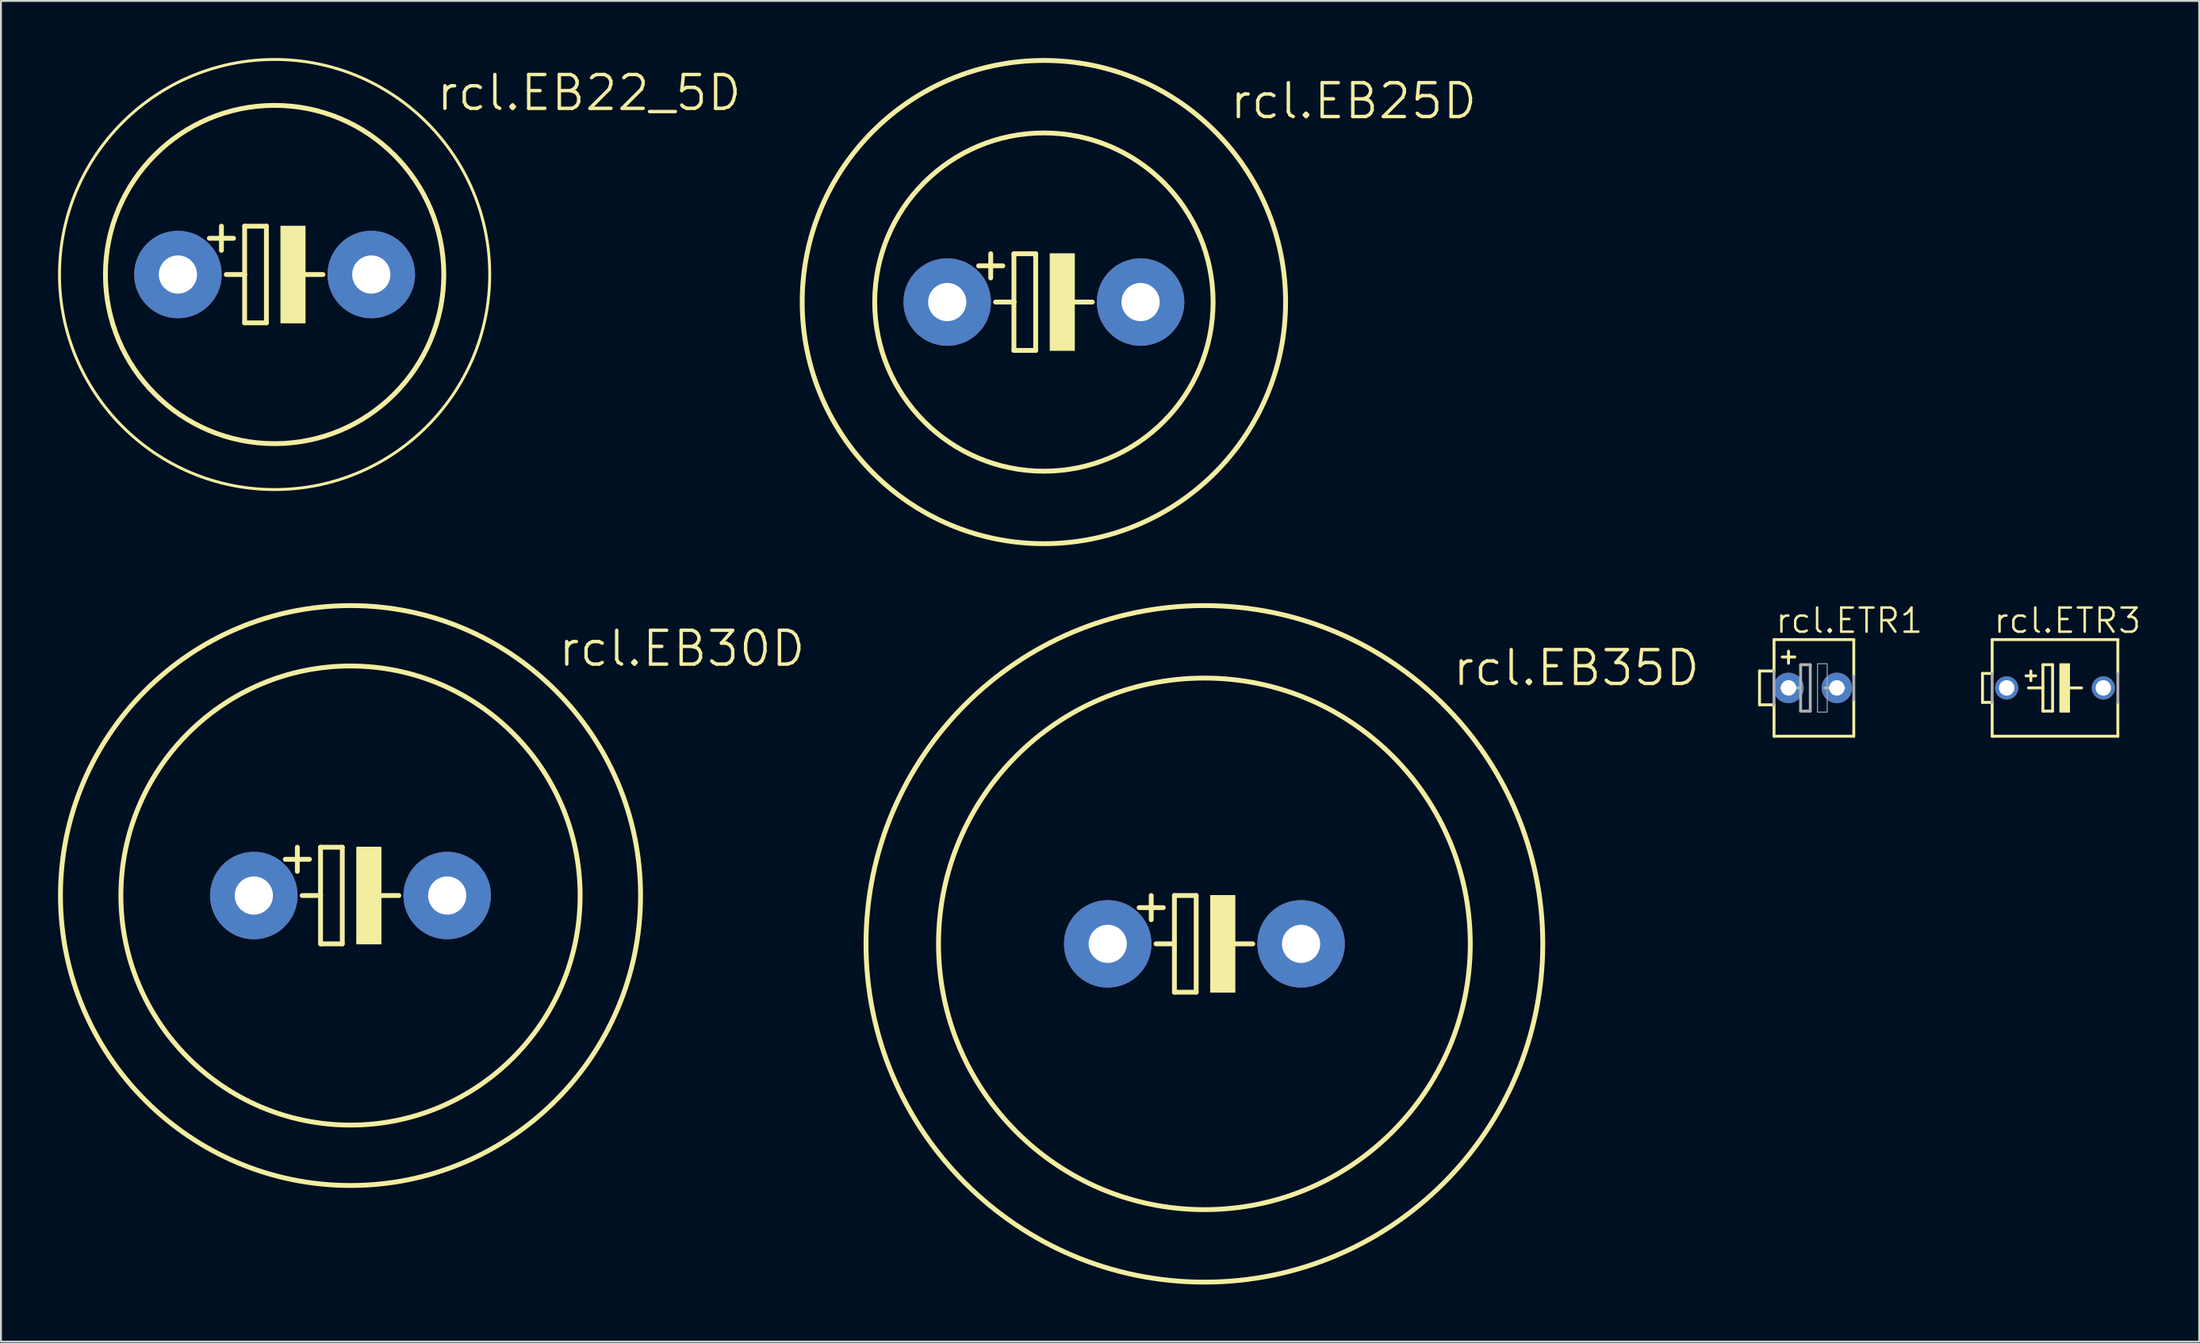
<source format=kicad_pcb>
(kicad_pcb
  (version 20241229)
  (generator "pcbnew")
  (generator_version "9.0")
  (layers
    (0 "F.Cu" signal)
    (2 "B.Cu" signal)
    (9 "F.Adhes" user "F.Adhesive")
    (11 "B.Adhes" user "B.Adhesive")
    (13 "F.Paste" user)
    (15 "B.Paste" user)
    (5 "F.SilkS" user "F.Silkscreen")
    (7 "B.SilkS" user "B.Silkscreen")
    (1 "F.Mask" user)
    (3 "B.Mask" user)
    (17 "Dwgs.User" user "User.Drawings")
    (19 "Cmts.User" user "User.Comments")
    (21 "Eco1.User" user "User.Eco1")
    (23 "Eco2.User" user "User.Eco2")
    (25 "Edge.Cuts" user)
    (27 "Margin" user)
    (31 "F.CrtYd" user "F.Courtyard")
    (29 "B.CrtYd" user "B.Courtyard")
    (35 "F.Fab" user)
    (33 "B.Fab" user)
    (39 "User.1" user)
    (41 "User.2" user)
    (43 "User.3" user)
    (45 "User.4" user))
  (footprint "rcl.EB30D"
    (layer "F.Cu")
    (at 15.367 44.021)
    (property "Reference" "rcl.EB30D" (at 10.82 -11.938 0) (layer "F.SilkS") (effects (font (size 1.778 1.778) (thickness 0.18)) (justify left bottom)))
    (attr through_hole)
    (fp_line (start -2.794 -2.54) (end -2.794 -1.27) (stroke (width 0.254) (type default)) (layer "F.SilkS"))
    (fp_line (start -2.54 0) (end -1.575 0) (stroke (width 0.254) (type default)) (layer "F.SilkS"))
    (fp_line (start -2.159 -1.905) (end -3.429 -1.905) (stroke (width 0.254) (type default)) (layer "F.SilkS"))
    (fp_line (start -1.575 -2.54) (end -0.432 -2.54) (stroke (width 0.254) (type default)) (layer "F.SilkS"))
    (fp_line (start -1.575 0) (end -1.575 -2.54) (stroke (width 0.254) (type default)) (layer "F.SilkS"))
    (fp_line (start -1.575 2.54) (end -1.575 0) (stroke (width 0.254) (type default)) (layer "F.SilkS"))
    (fp_line (start -0.432 -2.54) (end -0.432 2.54) (stroke (width 0.254) (type default)) (layer "F.SilkS"))
    (fp_line (start -0.432 2.54) (end -1.575 2.54) (stroke (width 0.254) (type default)) (layer "F.SilkS"))
    (fp_line (start 0.635 0) (end 2.54 0) (stroke (width 0.254) (type default)) (layer "F.SilkS"))
    (fp_rect (start 0.33 2.54) (end 1.6 -2.54) (stroke (width 0.05) (type default)) (fill yes) (layer "F.SilkS"))
    (fp_circle (center 0 0) (end 12.065 0) (stroke (width 0.254) (type default)) (fill no) (layer "F.SilkS"))
    (fp_circle (center 0 0) (end 15.24 0) (stroke (width 0.254) (type default)) (fill no) (layer "F.SilkS"))
    (pad "+" thru_hole circle (at -5.08 0) (size 4.597 4.597) (drill 2.007) (layers "*.Cu" "*.Mask"))
    (pad "-" thru_hole circle (at 5.08 0) (size 4.597 4.597) (drill 2.007) (layers "*.Cu" "*.Mask")))
  (footprint "rcl.EB22_5D"
    (layer "F.Cu")
    (at 11.379 11.379)
    (property "Reference" "rcl.EB22_5D" (at 8.407 -8.509 0) (layer "F.SilkS") (effects (font (size 1.778 1.778) (thickness 0.18)) (justify left bottom)))
    (attr through_hole)
    (fp_line (start -2.794 -2.54) (end -2.794 -1.27) (stroke (width 0.254) (type default)) (layer "F.SilkS"))
    (fp_line (start -2.54 0) (end -1.575 0) (stroke (width 0.254) (type default)) (layer "F.SilkS"))
    (fp_line (start -2.159 -1.905) (end -3.429 -1.905) (stroke (width 0.254) (type default)) (layer "F.SilkS"))
    (fp_line (start -1.575 -2.54) (end -0.432 -2.54) (stroke (width 0.254) (type default)) (layer "F.SilkS"))
    (fp_line (start -1.575 0) (end -1.575 -2.54) (stroke (width 0.254) (type default)) (layer "F.SilkS"))
    (fp_line (start -1.575 2.54) (end -1.575 0) (stroke (width 0.254) (type default)) (layer "F.SilkS"))
    (fp_line (start -0.432 -2.54) (end -0.432 2.54) (stroke (width 0.254) (type default)) (layer "F.SilkS"))
    (fp_line (start -0.432 2.54) (end -1.575 2.54) (stroke (width 0.254) (type default)) (layer "F.SilkS"))
    (fp_line (start 0.635 0) (end 2.54 0) (stroke (width 0.254) (type default)) (layer "F.SilkS"))
    (fp_rect (start 0.33 2.54) (end 1.6 -2.54) (stroke (width 0.05) (type default)) (fill yes) (layer "F.SilkS"))
    (fp_circle (center 0 0) (end 8.89 0) (stroke (width 0.254) (type default)) (fill no) (layer "F.SilkS"))
    (fp_circle (center 0 0) (end 11.303 0) (stroke (width 0.152) (type default)) (fill no) (layer "F.SilkS"))
    (pad "+" thru_hole circle (at -5.08 0) (size 4.597 4.597) (drill 2.007) (layers "*.Cu" "*.Mask"))
    (pad "-" thru_hole circle (at 5.08 0) (size 4.597 4.597) (drill 2.007) (layers "*.Cu" "*.Mask")))
  (footprint "rcl.EB35D"
    (layer "F.Cu")
    (at 60.233 46.561)
    (property "Reference" "rcl.EB35D" (at 12.954 -13.462 0) (layer "F.SilkS") (effects (font (size 1.778 1.778) (thickness 0.18)) (justify left bottom)))
    (attr through_hole)
    (fp_line (start -2.794 -2.54) (end -2.794 -1.27) (stroke (width 0.254) (type default)) (layer "F.SilkS"))
    (fp_line (start -2.54 0) (end -1.575 0) (stroke (width 0.254) (type default)) (layer "F.SilkS"))
    (fp_line (start -2.159 -1.905) (end -3.429 -1.905) (stroke (width 0.254) (type default)) (layer "F.SilkS"))
    (fp_line (start -1.575 -2.54) (end -0.432 -2.54) (stroke (width 0.254) (type default)) (layer "F.SilkS"))
    (fp_line (start -1.575 0) (end -1.575 -2.54) (stroke (width 0.254) (type default)) (layer "F.SilkS"))
    (fp_line (start -1.575 2.54) (end -1.575 0) (stroke (width 0.254) (type default)) (layer "F.SilkS"))
    (fp_line (start -0.432 -2.54) (end -0.432 2.54) (stroke (width 0.254) (type default)) (layer "F.SilkS"))
    (fp_line (start -0.432 2.54) (end -1.575 2.54) (stroke (width 0.254) (type default)) (layer "F.SilkS"))
    (fp_line (start 1.397 0) (end 2.54 0) (stroke (width 0.254) (type default)) (layer "F.SilkS"))
    (fp_rect (start 0.33 2.54) (end 1.6 -2.54) (stroke (width 0.05) (type default)) (fill yes) (layer "F.SilkS"))
    (fp_circle (center 0 0) (end 13.97 0) (stroke (width 0.254) (type default)) (fill no) (layer "F.SilkS"))
    (fp_circle (center 0 0) (end 17.78 0) (stroke (width 0.254) (type default)) (fill no) (layer "F.SilkS"))
    (pad "+" thru_hole circle (at -5.08 0) (size 4.597 4.597) (drill 2.007) (layers "*.Cu" "*.Mask"))
    (pad "-" thru_hole circle (at 5.08 0) (size 4.597 4.597) (drill 2.007) (layers "*.Cu" "*.Mask")))
  (footprint "rcl.ETR3"
    (layer "F.Cu")
    (at 104.927 33.108)
    (property "Reference" "rcl.ETR3" (at -3.302 -2.794 0) (layer "F.SilkS") (effects (font (size 1.27 1.27) (thickness 0.13)) (justify left bottom)))
    (attr through_hole)
    (fp_line (start -3.81 -0.762) (end -3.81 0.762) (stroke (width 0.152) (type default)) (layer "F.SilkS"))
    (fp_line (start -3.81 0.762) (end -3.302 0.762) (stroke (width 0.152) (type default)) (layer "F.SilkS"))
    (fp_line (start -3.302 -0.762) (end -3.81 -0.762) (stroke (width 0.152) (type default)) (layer "F.SilkS"))
    (fp_line (start -3.302 -0.762) (end -3.302 -2.54) (stroke (width 0.152) (type default)) (layer "F.SilkS"))
    (fp_line (start -3.302 2.54) (end -3.302 0.762) (stroke (width 0.152) (type default)) (layer "F.SilkS"))
    (fp_line (start -3.302 2.54) (end 3.302 2.54) (stroke (width 0.152) (type default)) (layer "F.SilkS"))
    (fp_line (start -1.524 -0.635) (end -1.016 -0.635) (stroke (width 0.152) (type default)) (layer "F.SilkS"))
    (fp_line (start -1.397 0) (end -0.635 0) (stroke (width 0.152) (type default)) (layer "F.SilkS"))
    (fp_line (start -1.27 -0.889) (end -1.27 -0.381) (stroke (width 0.152) (type default)) (layer "F.SilkS"))
    (fp_line (start -0.635 -1.219) (end -0.635 0) (stroke (width 0.152) (type default)) (layer "F.SilkS"))
    (fp_line (start -0.635 0) (end -0.635 1.219) (stroke (width 0.152) (type default)) (layer "F.SilkS"))
    (fp_line (start -0.635 1.219) (end -0.127 1.219) (stroke (width 0.152) (type default)) (layer "F.SilkS"))
    (fp_line (start -0.127 -1.219) (end -0.635 -1.219) (stroke (width 0.152) (type default)) (layer "F.SilkS"))
    (fp_line (start -0.127 1.219) (end -0.127 -1.219) (stroke (width 0.152) (type default)) (layer "F.SilkS"))
    (fp_line (start 0.635 0) (end 1.397 0) (stroke (width 0.152) (type default)) (layer "F.SilkS"))
    (fp_line (start 3.302 -2.54) (end -3.302 -2.54) (stroke (width 0.152) (type default)) (layer "F.SilkS"))
    (fp_line (start 3.302 -0.762) (end 3.302 -2.54) (stroke (width 0.152) (type default)) (layer "F.SilkS"))
    (fp_line (start 3.302 2.54) (end 3.302 0.762) (stroke (width 0.152) (type default)) (layer "F.SilkS"))
    (fp_rect (start 0.254 1.27) (end 0.762 -1.27) (stroke (width 0.05) (type default)) (fill yes) (layer "F.SilkS"))
    (fp_line (start -3.302 0.762) (end -3.302 -0.762) (stroke (width 0.152) (type default)) (layer "F.Fab"))
    (fp_line (start 3.302 -0.762) (end 3.302 0.762) (stroke (width 0.152) (type default)) (layer "F.Fab"))
    (pad "+" thru_hole circle (at -2.54 0) (size 1.219 1.219) (drill 0.813) (layers "*.Cu" "*.Mask"))
    (pad "-" thru_hole circle (at 2.54 0) (size 1.219 1.219) (drill 0.813) (layers "*.Cu" "*.Mask")))
  (footprint "rcl.EB25D"
    (layer "F.Cu")
    (at 51.8 12.827)
    (property "Reference" "rcl.EB25D" (at 9.677 -9.525 0) (layer "F.SilkS") (effects (font (size 1.778 1.778) (thickness 0.18)) (justify left bottom)))
    (attr through_hole)
    (fp_line (start -2.794 -2.54) (end -2.794 -1.27) (stroke (width 0.254) (type default)) (layer "F.SilkS"))
    (fp_line (start -2.54 0) (end -1.575 0) (stroke (width 0.254) (type default)) (layer "F.SilkS"))
    (fp_line (start -2.159 -1.905) (end -3.429 -1.905) (stroke (width 0.254) (type default)) (layer "F.SilkS"))
    (fp_line (start -1.575 -2.54) (end -0.432 -2.54) (stroke (width 0.254) (type default)) (layer "F.SilkS"))
    (fp_line (start -1.575 0) (end -1.575 -2.54) (stroke (width 0.254) (type default)) (layer "F.SilkS"))
    (fp_line (start -1.575 2.54) (end -1.575 0) (stroke (width 0.254) (type default)) (layer "F.SilkS"))
    (fp_line (start -0.432 -2.54) (end -0.432 2.54) (stroke (width 0.254) (type default)) (layer "F.SilkS"))
    (fp_line (start -0.432 2.54) (end -1.575 2.54) (stroke (width 0.254) (type default)) (layer "F.SilkS"))
    (fp_line (start 0.635 0) (end 2.54 0) (stroke (width 0.254) (type default)) (layer "F.SilkS"))
    (fp_rect (start 0.33 2.54) (end 1.6 -2.54) (stroke (width 0.05) (type default)) (fill yes) (layer "F.SilkS"))
    (fp_circle (center 0 0) (end 8.89 0) (stroke (width 0.254) (type default)) (fill no) (layer "F.SilkS"))
    (fp_circle (center 0 0) (end 12.7 0) (stroke (width 0.254) (type default)) (fill no) (layer "F.SilkS"))
    (pad "+" thru_hole circle (at -5.08 0) (size 4.597 4.597) (drill 2.007) (layers "*.Cu" "*.Mask"))
    (pad "-" thru_hole circle (at 5.08 0) (size 4.597 4.597) (drill 2.007) (layers "*.Cu" "*.Mask")))
  (footprint "rcl.ETR1"
    (layer "F.Cu")
    (at 92.195 33.108)
    (property "Reference" "rcl.ETR1" (at -2.032 -2.794 0) (layer "F.SilkS") (effects (font (size 1.27 1.27) (thickness 0.13)) (justify left bottom)))
    (attr through_hole)
    (fp_line (start -2.794 -0.889) (end -2.794 0.889) (stroke (width 0.152) (type default)) (layer "F.SilkS"))
    (fp_line (start -2.794 0.889) (end -2.032 0.889) (stroke (width 0.152) (type default)) (layer "F.SilkS"))
    (fp_line (start -2.032 -0.889) (end -2.794 -0.889) (stroke (width 0.152) (type default)) (layer "F.SilkS"))
    (fp_line (start -2.032 -0.889) (end -2.032 -2.54) (stroke (width 0.152) (type default)) (layer "F.SilkS"))
    (fp_line (start -2.032 2.54) (end -2.032 0.889) (stroke (width 0.152) (type default)) (layer "F.SilkS"))
    (fp_line (start -2.032 2.54) (end 2.159 2.54) (stroke (width 0.152) (type default)) (layer "F.SilkS"))
    (fp_line (start -1.27 -1.93) (end -1.27 -1.295) (stroke (width 0.152) (type default)) (layer "F.SilkS"))
    (fp_line (start -0.94 -1.626) (end -1.6 -1.626) (stroke (width 0.152) (type default)) (layer "F.SilkS"))
    (fp_line (start 2.159 -2.54) (end -2.032 -2.54) (stroke (width 0.152) (type default)) (layer "F.SilkS"))
    (fp_line (start 2.159 -2.54) (end 2.159 -0.635) (stroke (width 0.152) (type default)) (layer "F.SilkS"))
    (fp_line (start 2.159 0.635) (end 2.159 2.54) (stroke (width 0.152) (type default)) (layer "F.SilkS"))
    (fp_line (start -2.032 0.889) (end -2.032 -0.889) (stroke (width 0.152) (type default)) (layer "F.Fab"))
    (fp_line (start -1.651 0) (end -0.635 0) (stroke (width 0.152) (type default)) (layer "F.Fab"))
    (fp_line (start -0.635 -1.219) (end -0.635 0) (stroke (width 0.152) (type default)) (layer "F.Fab"))
    (fp_line (start -0.635 0) (end -0.635 1.219) (stroke (width 0.152) (type default)) (layer "F.Fab"))
    (fp_line (start -0.635 1.219) (end -0.127 1.219) (stroke (width 0.152) (type default)) (layer "F.Fab"))
    (fp_line (start -0.127 -1.219) (end -0.635 -1.219) (stroke (width 0.152) (type default)) (layer "F.Fab"))
    (fp_line (start -0.127 1.219) (end -0.127 -1.219) (stroke (width 0.152) (type default)) (layer "F.Fab"))
    (fp_line (start 0.635 0) (end 1.651 0) (stroke (width 0.152) (type default)) (layer "F.Fab"))
    (fp_line (start 2.159 -0.635) (end 2.159 0.635) (stroke (width 0.152) (type default)) (layer "F.Fab"))
    (fp_rect (start 0.254 1.27) (end 0.762 -1.27) (stroke (width 0.05) (type default)) (fill no) (layer "F.Fab"))
    (pad "+" thru_hole circle (at -1.27 0) (size 1.6 1.6) (drill 0.813) (layers "*.Cu" "*.Mask"))
    (pad "-" thru_hole circle (at 1.27 0) (size 1.6 1.6) (drill 0.813) (layers "*.Cu" "*.Mask")))
  (gr_rect
    (start -3 -3)
    (end 112.502 67.468)
    (stroke (width 0.1) (type default))
    (fill no)
    (layer "Edge.Cuts")))
</source>
